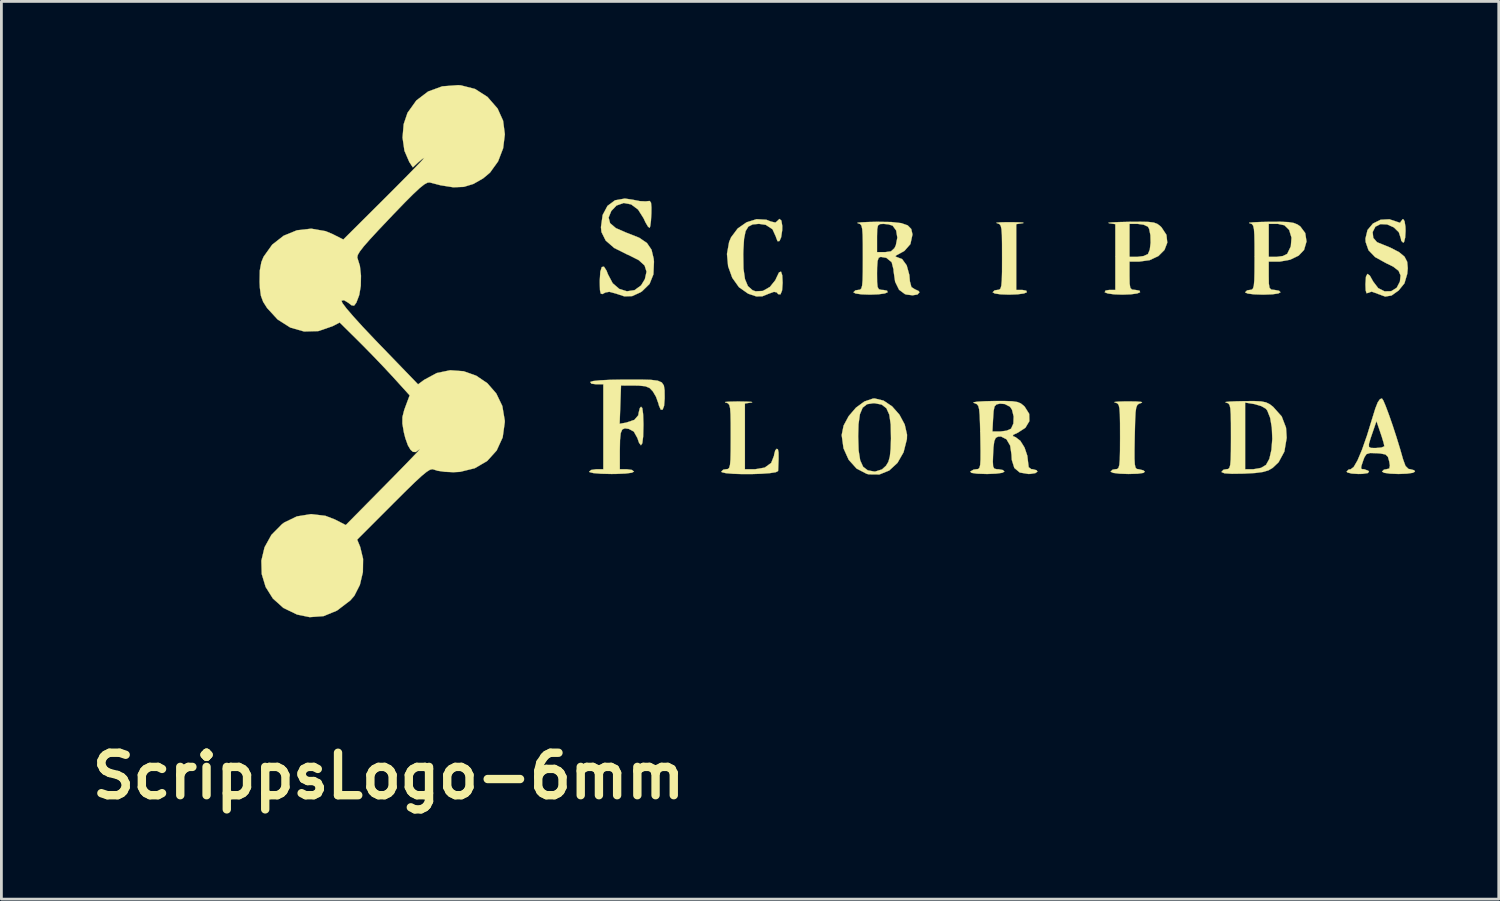
<source format=kicad_pcb>
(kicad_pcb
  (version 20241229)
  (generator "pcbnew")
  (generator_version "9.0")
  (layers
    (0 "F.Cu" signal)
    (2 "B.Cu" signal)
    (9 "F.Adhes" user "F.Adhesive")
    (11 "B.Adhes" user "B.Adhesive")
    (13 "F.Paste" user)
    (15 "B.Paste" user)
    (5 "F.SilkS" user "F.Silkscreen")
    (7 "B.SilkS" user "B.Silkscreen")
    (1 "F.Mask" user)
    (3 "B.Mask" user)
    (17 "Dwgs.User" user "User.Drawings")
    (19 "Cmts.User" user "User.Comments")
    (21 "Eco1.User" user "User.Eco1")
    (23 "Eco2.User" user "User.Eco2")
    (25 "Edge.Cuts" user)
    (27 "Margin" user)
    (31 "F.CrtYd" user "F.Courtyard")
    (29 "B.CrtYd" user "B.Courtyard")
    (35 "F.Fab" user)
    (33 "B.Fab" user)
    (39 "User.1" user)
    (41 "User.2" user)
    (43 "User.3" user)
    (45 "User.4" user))
  (footprint "ScrippsLogo-6mm"
    (layer "F.Cu")
    (at 27.403 9.554)
    (property "Reference" "ScrippsLogo-6mm" (at -16.51 15.24 0) (layer "F.SilkS") (effects (font (size 1.524 1.524) (thickness 0.3))))
    (attr through_hole)
    (fp_poly (pts (xy 6.079 -4.628) (xy 6.246 -4.618) (xy 6.276 -4.603) (xy 6.244 -4.596) (xy 6.011 -4.561) (xy 6.011 -2.201) (xy 6.228 -2.201) (xy 6.372 -2.174) (xy 6.392 -2.117) (xy 6.287 -2.074) (xy 6.061 -2.044) (xy 5.762 -2.032) (xy 5.752 -2.032) (xy 5.45 -2.043) (xy 5.242 -2.073) (xy 5.165 -2.117) (xy 5.236 -2.185) (xy 5.334 -2.201) (xy 5.401 -2.21) (xy 5.448 -2.254) (xy 5.477 -2.359) (xy 5.494 -2.551) (xy 5.502 -2.857) (xy 5.503 -3.302) (xy 5.503 -3.381) (xy 5.502 -3.848) (xy 5.497 -4.173) (xy 5.482 -4.383) (xy 5.454 -4.505) (xy 5.408 -4.565) (xy 5.341 -4.591) (xy 5.313 -4.597) (xy 5.3 -4.613) (xy 5.431 -4.626) (xy 5.678 -4.632) (xy 5.8 -4.632) (xy 6.079 -4.628)) (stroke (width 0.01) (type solid)) (fill yes) (layer "F.SilkS"))
    (fp_poly (pts (xy -3.658 1.807) (xy -3.491 1.817) (xy -3.46 1.832) (xy -3.493 1.839) (xy -3.725 1.874) (xy -3.725 4.233) (xy -3.357 4.233) (xy -3.014 4.174) (xy -2.782 4.007) (xy -2.679 3.745) (xy -2.677 3.713) (xy -2.635 3.554) (xy -2.582 3.499) (xy -2.54 3.52) (xy -2.518 3.633) (xy -2.516 3.863) (xy -2.531 4.234) (xy -2.534 4.297) (xy -2.614 4.339) (xy -2.823 4.372) (xy -3.12 4.394) (xy -3.467 4.406) (xy -3.823 4.407) (xy -4.149 4.396) (xy -4.406 4.374) (xy -4.552 4.34) (xy -4.572 4.318) (xy -4.501 4.249) (xy -4.403 4.233) (xy -4.336 4.225) (xy -4.289 4.181) (xy -4.259 4.076) (xy -4.242 3.883) (xy -4.235 3.578) (xy -4.233 3.133) (xy -4.233 3.054) (xy -4.234 2.586) (xy -4.24 2.261) (xy -4.255 2.051) (xy -4.283 1.93) (xy -4.329 1.87) (xy -4.396 1.843) (xy -4.424 1.838) (xy -4.436 1.821) (xy -4.306 1.809) (xy -4.059 1.803) (xy -3.937 1.802) (xy -3.658 1.807)) (stroke (width 0.01) (type solid)) (fill yes) (layer "F.SilkS"))
    (fp_poly (pts (xy 10.329 1.803) (xy 10.5 1.818) (xy 10.527 1.843) (xy 10.499 1.854) (xy 10.414 1.882) (xy 10.355 1.929) (xy 10.316 2.025) (xy 10.292 2.195) (xy 10.278 2.468) (xy 10.268 2.872) (xy 10.263 3.073) (xy 10.255 3.536) (xy 10.255 3.856) (xy 10.266 4.06) (xy 10.291 4.173) (xy 10.335 4.222) (xy 10.399 4.233) (xy 10.407 4.233) (xy 10.57 4.272) (xy 10.626 4.318) (xy 10.577 4.364) (xy 10.373 4.393) (xy 10.038 4.403) (xy 9.716 4.392) (xy 9.492 4.364) (xy 9.399 4.322) (xy 9.398 4.318) (xy 9.469 4.249) (xy 9.567 4.233) (xy 9.634 4.225) (xy 9.681 4.181) (xy 9.711 4.076) (xy 9.728 3.883) (xy 9.735 3.578) (xy 9.737 3.133) (xy 9.737 3.054) (xy 9.736 2.586) (xy 9.73 2.261) (xy 9.715 2.051) (xy 9.687 1.93) (xy 9.641 1.87) (xy 9.574 1.843) (xy 9.546 1.838) (xy 9.534 1.821) (xy 9.664 1.807) (xy 9.911 1.799) (xy 10.033 1.798) (xy 10.329 1.803)) (stroke (width 0.01) (type solid)) (fill yes) (layer "F.SilkS"))
    (fp_poly (pts (xy 1.252 1.771) (xy 1.559 1.979) (xy 1.822 2.278) (xy 2.01 2.629) (xy 2.093 2.995) (xy 2.088 3.151) (xy 1.968 3.624) (xy 1.749 4.006) (xy 1.454 4.278) (xy 1.103 4.42) (xy 0.718 4.416) (xy 0.644 4.397) (xy 0.283 4.209) (xy -0.001 3.893) (xy -0.186 3.483) (xy -0.246 3.051) (xy 0.339 3.051) (xy 0.355 3.555) (xy 0.412 3.913) (xy 0.518 4.146) (xy 0.685 4.273) (xy 0.92 4.316) (xy 0.946 4.317) (xy 1.195 4.239) (xy 1.339 4.107) (xy 1.423 3.967) (xy 1.476 3.778) (xy 1.505 3.5) (xy 1.517 3.133) (xy 1.508 2.631) (xy 1.457 2.275) (xy 1.352 2.043) (xy 1.183 1.913) (xy 0.939 1.866) (xy 0.878 1.864) (xy 0.656 1.9) (xy 0.5 2.025) (xy 0.402 2.259) (xy 0.351 2.622) (xy 0.339 3.051) (xy -0.246 3.051) (xy -0.252 3.01) (xy -0.252 3.006) (xy -0.183 2.666) (xy 0.000148 2.326) (xy 0.26 2.024) (xy 0.563 1.802) (xy 0.871 1.697) (xy 0.931 1.693) (xy 1.252 1.771)) (stroke (width 0.01) (type solid)) (fill yes) (layer "F.SilkS"))
    (fp_poly (pts (xy -2.416 -4.69) (xy -2.384 -4.498) (xy -2.387 -4.339) (xy -2.424 -4.092) (xy -2.484 -3.955) (xy -2.552 -3.948) (xy -2.608 -4.089) (xy -2.611 -4.106) (xy -2.735 -4.379) (xy -2.978 -4.537) (xy -3.22 -4.572) (xy -3.446 -4.552) (xy -3.601 -4.473) (xy -3.7 -4.311) (xy -3.755 -4.038) (xy -3.78 -3.63) (xy -3.784 -3.487) (xy -3.776 -2.966) (xy -3.722 -2.589) (xy -3.617 -2.338) (xy -3.453 -2.192) (xy -3.342 -2.151) (xy -3.081 -2.165) (xy -2.827 -2.309) (xy -2.634 -2.549) (xy -2.595 -2.634) (xy -2.501 -2.829) (xy -2.429 -2.858) (xy -2.385 -2.725) (xy -2.371 -2.455) (xy -2.391 -2.181) (xy -2.448 -2.042) (xy -2.532 -2.05) (xy -2.579 -2.111) (xy -2.681 -2.133) (xy -2.859 -2.069) (xy -3.099 -1.972) (xy -3.317 -1.969) (xy -3.591 -2.061) (xy -3.614 -2.071) (xy -3.937 -2.298) (xy -4.179 -2.638) (xy -4.327 -3.05) (xy -4.368 -3.492) (xy -4.291 -3.922) (xy -4.221 -4.088) (xy -3.983 -4.406) (xy -3.664 -4.628) (xy -3.307 -4.739) (xy -2.954 -4.719) (xy -2.794 -4.656) (xy -2.633 -4.618) (xy -2.582 -4.656) (xy -2.485 -4.749) (xy -2.416 -4.69)) (stroke (width 0.01) (type solid)) (fill yes) (layer "F.SilkS"))
    (fp_poly (pts (xy 10.76 -4.641) (xy 10.946 -4.618) (xy 11.071 -4.572) (xy 11.17 -4.499) (xy 11.222 -4.449) (xy 11.401 -4.177) (xy 11.431 -3.897) (xy 11.33 -3.635) (xy 11.113 -3.417) (xy 10.798 -3.269) (xy 10.418 -3.217) (xy 10.075 -3.217) (xy 10.075 -2.709) (xy 10.08 -2.428) (xy 10.104 -2.276) (xy 10.165 -2.214) (xy 10.28 -2.201) (xy 10.292 -2.201) (xy 10.436 -2.174) (xy 10.456 -2.117) (xy 10.351 -2.074) (xy 10.125 -2.044) (xy 9.827 -2.032) (xy 9.821 -2.032) (xy 9.522 -2.043) (xy 9.295 -2.074) (xy 9.187 -2.116) (xy 9.186 -2.117) (xy 9.216 -2.179) (xy 9.351 -2.201) (xy 9.567 -2.201) (xy 9.567 -4.561) (xy 9.493 -4.572) (xy 10.075 -4.572) (xy 10.075 -3.387) (xy 10.355 -3.387) (xy 10.579 -3.416) (xy 10.733 -3.486) (xy 10.736 -3.488) (xy 10.803 -3.645) (xy 10.833 -3.894) (xy 10.826 -4.166) (xy 10.781 -4.389) (xy 10.736 -4.47) (xy 10.585 -4.541) (xy 10.361 -4.572) (xy 10.355 -4.572) (xy 10.075 -4.572) (xy 9.493 -4.572) (xy 9.335 -4.596) (xy 9.319 -4.611) (xy 9.45 -4.625) (xy 9.703 -4.636) (xy 10.054 -4.644) (xy 10.058 -4.644) (xy 10.476 -4.647) (xy 10.76 -4.641)) (stroke (width 0.01) (type solid)) (fill yes) (layer "F.SilkS"))
    (fp_poly (pts (xy 14.798 1.799) (xy 14.973 1.834) (xy 15.105 1.898) (xy 15.229 1.994) (xy 15.537 2.339) (xy 15.692 2.743) (xy 15.715 3.107) (xy 15.632 3.6) (xy 15.425 3.982) (xy 15.213 4.183) (xy 15.06 4.273) (xy 14.864 4.331) (xy 14.583 4.368) (xy 14.176 4.39) (xy 13.749 4.396) (xy 13.485 4.379) (xy 13.38 4.336) (xy 13.377 4.326) (xy 13.448 4.251) (xy 13.547 4.233) (xy 14.224 4.233) (xy 14.52 4.233) (xy 14.798 4.183) (xy 14.974 4.076) (xy 15.094 3.86) (xy 15.169 3.533) (xy 15.199 3.144) (xy 15.183 2.746) (xy 15.123 2.39) (xy 15.018 2.126) (xy 14.969 2.063) (xy 14.806 1.968) (xy 14.568 1.897) (xy 14.536 1.891) (xy 14.224 1.841) (xy 14.224 4.233) (xy 13.547 4.233) (xy 13.614 4.225) (xy 13.66 4.181) (xy 13.69 4.076) (xy 13.707 3.883) (xy 13.714 3.578) (xy 13.716 3.133) (xy 13.716 3.054) (xy 13.715 2.586) (xy 13.709 2.261) (xy 13.694 2.051) (xy 13.666 1.93) (xy 13.621 1.87) (xy 13.553 1.843) (xy 13.525 1.838) (xy 13.521 1.821) (xy 13.66 1.806) (xy 13.916 1.795) (xy 14.154 1.79) (xy 14.539 1.787) (xy 14.798 1.799)) (stroke (width 0.01) (type solid)) (fill yes) (layer "F.SilkS"))
    (fp_poly (pts (xy 19.945 -4.665) (xy 19.976 -4.47) (xy 19.981 -4.318) (xy 19.966 -4.077) (xy 19.927 -3.923) (xy 19.897 -3.895) (xy 19.826 -3.965) (xy 19.812 -4.048) (xy 19.74 -4.269) (xy 19.56 -4.445) (xy 19.322 -4.551) (xy 19.08 -4.563) (xy 18.898 -4.47) (xy 18.8 -4.278) (xy 18.822 -4.07) (xy 18.953 -3.918) (xy 18.986 -3.902) (xy 19.439 -3.717) (xy 19.751 -3.555) (xy 19.944 -3.394) (xy 20.039 -3.21) (xy 20.06 -2.98) (xy 20.041 -2.778) (xy 19.941 -2.438) (xy 19.731 -2.18) (xy 19.479 -2.001) (xy 19.251 -1.963) (xy 18.989 -2.058) (xy 18.966 -2.07) (xy 18.762 -2.14) (xy 18.648 -2.099) (xy 18.582 -2.081) (xy 18.55 -2.185) (xy 18.542 -2.403) (xy 18.559 -2.672) (xy 18.611 -2.777) (xy 18.699 -2.716) (xy 18.82 -2.5) (xy 19 -2.265) (xy 19.229 -2.15) (xy 19.465 -2.155) (xy 19.664 -2.279) (xy 19.778 -2.5) (xy 19.802 -2.719) (xy 19.731 -2.887) (xy 19.539 -3.036) (xy 19.276 -3.165) (xy 18.888 -3.38) (xy 18.652 -3.625) (xy 18.549 -3.92) (xy 18.542 -4.044) (xy 18.616 -4.351) (xy 18.811 -4.583) (xy 19.086 -4.719) (xy 19.401 -4.736) (xy 19.648 -4.654) (xy 19.783 -4.609) (xy 19.812 -4.654) (xy 19.875 -4.738) (xy 19.897 -4.741) (xy 19.945 -4.665)) (stroke (width 0.01) (type solid)) (fill yes) (layer "F.SilkS"))
    (fp_poly (pts (xy 15.777 -4.635) (xy 15.967 -4.604) (xy 16.103 -4.549) (xy 16.202 -4.481) (xy 16.381 -4.242) (xy 16.427 -3.939) (xy 16.338 -3.636) (xy 16.144 -3.432) (xy 15.838 -3.285) (xy 15.475 -3.219) (xy 15.414 -3.217) (xy 15.071 -3.217) (xy 15.071 -2.709) (xy 15.075 -2.428) (xy 15.1 -2.276) (xy 15.161 -2.214) (xy 15.275 -2.201) (xy 15.282 -2.201) (xy 15.441 -2.172) (xy 15.494 -2.117) (xy 15.415 -2.074) (xy 15.202 -2.044) (xy 14.889 -2.032) (xy 14.859 -2.032) (xy 14.539 -2.043) (xy 14.316 -2.071) (xy 14.225 -2.113) (xy 14.224 -2.117) (xy 14.295 -2.185) (xy 14.393 -2.201) (xy 14.46 -2.21) (xy 14.507 -2.254) (xy 14.537 -2.359) (xy 14.554 -2.551) (xy 14.561 -2.857) (xy 14.563 -3.302) (xy 14.563 -3.381) (xy 14.562 -3.848) (xy 14.556 -4.173) (xy 14.541 -4.383) (xy 14.513 -4.505) (xy 14.467 -4.565) (xy 14.45 -4.572) (xy 15.071 -4.572) (xy 15.071 -3.387) (xy 15.357 -3.387) (xy 15.58 -3.418) (xy 15.732 -3.495) (xy 15.737 -3.501) (xy 15.864 -3.764) (xy 15.889 -4.075) (xy 15.806 -4.348) (xy 15.799 -4.359) (xy 15.635 -4.521) (xy 15.396 -4.572) (xy 15.365 -4.572) (xy 15.071 -4.572) (xy 14.45 -4.572) (xy 14.4 -4.591) (xy 14.372 -4.597) (xy 14.371 -4.613) (xy 14.514 -4.627) (xy 14.776 -4.639) (xy 15.08 -4.645) (xy 15.494 -4.647) (xy 15.777 -4.635)) (stroke (width 0.01) (type solid)) (fill yes) (layer "F.SilkS"))
    (fp_poly (pts (xy -7.751 -5.438) (xy -7.491 -5.387) (xy -7.276 -5.378) (xy -7.232 -5.385) (xy -7.14 -5.393) (xy -7.093 -5.329) (xy -7.079 -5.159) (xy -7.081 -4.953) (xy -7.096 -4.684) (xy -7.121 -4.491) (xy -7.142 -4.429) (xy -7.2 -4.47) (xy -7.294 -4.629) (xy -7.361 -4.773) (xy -7.558 -5.085) (xy -7.806 -5.27) (xy -8.074 -5.321) (xy -8.331 -5.23) (xy -8.52 -5.033) (xy -8.615 -4.798) (xy -8.562 -4.596) (xy -8.355 -4.419) (xy -7.985 -4.257) (xy -7.934 -4.239) (xy -7.516 -4.073) (xy -7.239 -3.884) (xy -7.075 -3.644) (xy -6.998 -3.321) (xy -6.988 -3.211) (xy -7.008 -2.76) (xy -7.146 -2.416) (xy -7.414 -2.153) (xy -7.476 -2.113) (xy -7.771 -1.979) (xy -8.05 -1.97) (xy -8.349 -2.069) (xy -8.589 -2.134) (xy -8.73 -2.109) (xy -8.838 -2.052) (xy -8.898 -2.071) (xy -8.925 -2.196) (xy -8.932 -2.454) (xy -8.932 -2.54) (xy -8.913 -2.854) (xy -8.86 -3.022) (xy -8.782 -3.036) (xy -8.688 -2.891) (xy -8.639 -2.762) (xy -8.469 -2.441) (xy -8.23 -2.236) (xy -7.957 -2.152) (xy -7.685 -2.193) (xy -7.45 -2.363) (xy -7.314 -2.588) (xy -7.254 -2.855) (xy -7.323 -3.076) (xy -7.533 -3.269) (xy -7.898 -3.453) (xy -7.95 -3.474) (xy -8.415 -3.707) (xy -8.72 -3.973) (xy -8.871 -4.277) (xy -8.89 -4.452) (xy -8.829 -4.89) (xy -8.656 -5.216) (xy -8.385 -5.417) (xy -8.032 -5.48) (xy -7.751 -5.438)) (stroke (width 0.01) (type solid)) (fill yes) (layer "F.SilkS"))
    (fp_poly (pts (xy -7.455 1.016) (xy -7.093 1.026) (xy -6.851 1.056) (xy -6.706 1.12) (xy -6.632 1.23) (xy -6.607 1.397) (xy -6.604 1.635) (xy -6.604 1.7) (xy -6.625 1.96) (xy -6.678 2.096) (xy -6.745 2.094) (xy -6.811 1.942) (xy -6.825 1.881) (xy -6.914 1.633) (xy -7.028 1.439) (xy -7.143 1.319) (xy -7.294 1.256) (xy -7.535 1.232) (xy -7.677 1.23) (xy -8.17 1.228) (xy -8.219 2.602) (xy -7.983 2.56) (xy -7.692 2.462) (xy -7.551 2.298) (xy -7.535 2.196) (xy -7.494 2.038) (xy -7.451 1.99) (xy -7.406 2.04) (xy -7.378 2.248) (xy -7.366 2.601) (xy -7.366 2.662) (xy -7.376 3.062) (xy -7.406 3.3) (xy -7.455 3.374) (xy -7.523 3.284) (xy -7.581 3.116) (xy -7.71 2.883) (xy -7.889 2.786) (xy -8.033 2.765) (xy -8.126 2.807) (xy -8.181 2.939) (xy -8.206 3.187) (xy -8.213 3.576) (xy -8.213 3.605) (xy -8.213 4.233) (xy -7.959 4.233) (xy -7.78 4.258) (xy -7.705 4.317) (xy -7.705 4.318) (xy -7.785 4.358) (xy -8.008 4.387) (xy -8.349 4.401) (xy -8.509 4.403) (xy -8.888 4.394) (xy -9.161 4.371) (xy -9.301 4.335) (xy -9.313 4.318) (xy -9.24 4.259) (xy -9.062 4.233) (xy -9.059 4.233) (xy -8.805 4.233) (xy -8.805 1.185) (xy -9.064 1.185) (xy -9.234 1.162) (xy -9.273 1.104) (xy -9.271 1.101) (xy -9.168 1.068) (xy -8.919 1.042) (xy -8.546 1.024) (xy -8.073 1.016) (xy -7.963 1.016) (xy -7.455 1.016)) (stroke (width 0.01) (type solid)) (fill yes) (layer "F.SilkS"))
    (fp_poly (pts (xy 19.184 1.769) (xy 19.272 1.977) (xy 19.387 2.285) (xy 19.518 2.662) (xy 19.654 3.078) (xy 19.784 3.502) (xy 19.89 3.873) (xy 19.979 4.116) (xy 20.087 4.222) (xy 20.154 4.233) (xy 20.29 4.269) (xy 20.32 4.318) (xy 20.242 4.361) (xy 20.032 4.391) (xy 19.728 4.403) (xy 19.727 4.403) (xy 19.423 4.391) (xy 19.213 4.361) (xy 19.135 4.318) (xy 19.135 4.318) (xy 19.205 4.248) (xy 19.293 4.233) (xy 19.397 4.207) (xy 19.419 4.099) (xy 19.396 3.958) (xy 19.348 3.788) (xy 19.259 3.703) (xy 19.076 3.667) (xy 18.951 3.658) (xy 18.709 3.651) (xy 18.579 3.69) (xy 18.504 3.805) (xy 18.467 3.903) (xy 18.397 4.112) (xy 18.384 4.207) (xy 18.433 4.232) (xy 18.495 4.233) (xy 18.639 4.285) (xy 18.669 4.318) (xy 18.627 4.37) (xy 18.438 4.399) (xy 18.293 4.403) (xy 18.05 4.388) (xy 17.895 4.349) (xy 17.865 4.318) (xy 17.935 4.246) (xy 18.013 4.233) (xy 18.12 4.152) (xy 18.257 3.916) (xy 18.417 3.536) (xy 18.491 3.326) (xy 18.666 3.326) (xy 18.668 3.429) (xy 18.734 3.467) (xy 18.866 3.472) (xy 18.917 3.471) (xy 19.115 3.454) (xy 19.216 3.412) (xy 19.219 3.402) (xy 19.194 3.287) (xy 19.129 3.071) (xy 19.078 2.919) (xy 18.937 2.505) (xy 18.837 2.798) (xy 18.724 3.127) (xy 18.666 3.326) (xy 18.491 3.326) (xy 18.597 3.023) (xy 18.786 2.408) (xy 18.897 2.049) (xy 18.985 1.828) (xy 19.063 1.719) (xy 19.133 1.693) (xy 19.184 1.769)) (stroke (width 0.01) (type solid)) (fill yes) (layer "F.SilkS"))
    (fp_poly (pts (xy 1.524 -4.638) (xy 1.884 -4.598) (xy 2.117 -4.517) (xy 2.244 -4.387) (xy 2.286 -4.202) (xy 2.286 -4.181) (xy 2.214 -3.846) (xy 1.998 -3.6) (xy 1.835 -3.51) (xy 1.694 -3.434) (xy 1.681 -3.393) (xy 1.701 -3.39) (xy 1.918 -3.306) (xy 2.081 -3.081) (xy 2.176 -2.737) (xy 2.195 -2.511) (xy 2.25 -2.304) (xy 2.371 -2.226) (xy 2.508 -2.163) (xy 2.54 -2.117) (xy 2.468 -2.037) (xy 2.291 -2.008) (xy 2.068 -2.036) (xy 2.017 -2.051) (xy 1.807 -2.207) (xy 1.666 -2.493) (xy 1.609 -2.883) (xy 1.609 -2.931) (xy 1.541 -3.197) (xy 1.349 -3.353) (xy 1.149 -3.387) (xy 1.077 -3.356) (xy 1.036 -3.242) (xy 1.019 -3.012) (xy 1.016 -2.794) (xy 1.019 -2.484) (xy 1.037 -2.307) (xy 1.083 -2.226) (xy 1.172 -2.202) (xy 1.233 -2.201) (xy 1.377 -2.174) (xy 1.397 -2.117) (xy 1.292 -2.074) (xy 1.066 -2.044) (xy 0.767 -2.032) (xy 0.757 -2.032) (xy 0.455 -2.043) (xy 0.246 -2.073) (xy 0.169 -2.117) (xy 0.24 -2.185) (xy 0.339 -2.201) (xy 0.406 -2.21) (xy 0.452 -2.254) (xy 0.482 -2.359) (xy 0.499 -2.551) (xy 0.506 -2.857) (xy 0.508 -3.302) (xy 0.508 -3.381) (xy 0.507 -3.848) (xy 0.503 -4.064) (xy 1.016 -4.064) (xy 1.016 -3.556) (xy 1.302 -3.556) (xy 1.517 -3.585) (xy 1.642 -3.701) (xy 1.691 -3.804) (xy 1.745 -4.076) (xy 1.703 -4.334) (xy 1.576 -4.507) (xy 1.425 -4.554) (xy 1.249 -4.571) (xy 1.12 -4.563) (xy 1.05 -4.512) (xy 1.022 -4.377) (xy 1.016 -4.119) (xy 1.016 -4.064) (xy 0.503 -4.064) (xy 0.501 -4.173) (xy 0.486 -4.383) (xy 0.458 -4.505) (xy 0.413 -4.565) (xy 0.345 -4.591) (xy 0.318 -4.597) (xy 0.316 -4.613) (xy 0.459 -4.627) (xy 0.72 -4.639) (xy 1.018 -4.645) (xy 1.524 -4.638)) (stroke (width 0.01) (type solid)) (fill yes) (layer "F.SilkS"))
    (fp_poly (pts (xy 5.872 1.794) (xy 6.053 1.821) (xy 6.175 1.871) (xy 6.277 1.952) (xy 6.314 1.988) (xy 6.476 2.245) (xy 6.482 2.508) (xy 6.339 2.746) (xy 6.072 2.919) (xy 5.908 2.996) (xy 5.888 3.042) (xy 5.989 3.083) (xy 6.159 3.213) (xy 6.309 3.454) (xy 6.409 3.75) (xy 6.435 3.971) (xy 6.459 4.161) (xy 6.553 4.23) (xy 6.604 4.233) (xy 6.742 4.269) (xy 6.773 4.318) (xy 6.698 4.372) (xy 6.512 4.401) (xy 6.448 4.403) (xy 6.138 4.351) (xy 5.943 4.187) (xy 5.852 3.898) (xy 5.842 3.711) (xy 5.794 3.386) (xy 5.662 3.159) (xy 5.467 3.059) (xy 5.361 3.063) (xy 5.276 3.107) (xy 5.224 3.223) (xy 5.194 3.449) (xy 5.182 3.663) (xy 5.172 3.965) (xy 5.182 4.136) (xy 5.226 4.212) (xy 5.317 4.233) (xy 5.372 4.233) (xy 5.533 4.262) (xy 5.588 4.318) (xy 5.509 4.361) (xy 5.295 4.39) (xy 4.981 4.403) (xy 4.948 4.403) (xy 4.606 4.392) (xy 4.406 4.363) (xy 4.36 4.318) (xy 4.48 4.247) (xy 4.579 4.233) (xy 4.646 4.225) (xy 4.691 4.181) (xy 4.718 4.076) (xy 4.73 3.883) (xy 4.731 3.576) (xy 4.724 3.129) (xy 4.723 3.073) (xy 4.718 2.879) (xy 5.156 2.879) (xy 5.44 2.879) (xy 5.665 2.85) (xy 5.821 2.781) (xy 5.825 2.777) (xy 5.909 2.594) (xy 5.919 2.341) (xy 5.86 2.1) (xy 5.789 1.991) (xy 5.601 1.894) (xy 5.429 1.879) (xy 5.303 1.907) (xy 5.233 1.981) (xy 5.199 2.145) (xy 5.182 2.392) (xy 5.156 2.879) (xy 4.718 2.879) (xy 4.712 2.61) (xy 4.7 2.289) (xy 4.68 2.081) (xy 4.648 1.96) (xy 4.598 1.897) (xy 4.524 1.864) (xy 4.487 1.854) (xy 4.479 1.83) (xy 4.615 1.809) (xy 4.871 1.794) (xy 5.19 1.786) (xy 5.597 1.785) (xy 5.872 1.794)) (stroke (width 0.01) (type solid)) (fill yes) (layer "F.SilkS"))
    (fp_poly (pts (xy -13.918 -9.542) (xy -13.408 -9.412) (xy -12.962 -9.127) (xy -12.599 -8.71) (xy -12.401 -8.272) (xy -12.338 -7.784) (xy -12.4 -7.284) (xy -12.581 -6.813) (xy -12.871 -6.41) (xy -13.118 -6.203) (xy -13.467 -6.004) (xy -13.81 -5.899) (xy -14.189 -5.884) (xy -14.645 -5.956) (xy -15.031 -6.057) (xy -15.111 -6.051) (xy -15.227 -5.989) (xy -15.394 -5.856) (xy -15.626 -5.639) (xy -15.939 -5.326) (xy -16.347 -4.903) (xy -16.453 -4.791) (xy -16.872 -4.349) (xy -17.184 -4.011) (xy -17.403 -3.761) (xy -17.542 -3.581) (xy -17.615 -3.456) (xy -17.633 -3.369) (xy -17.618 -3.315) (xy -17.539 -3.06) (xy -17.501 -2.712) (xy -17.508 -2.345) (xy -17.561 -2.029) (xy -17.573 -1.991) (xy -17.668 -1.742) (xy -17.749 -1.636) (xy -17.845 -1.652) (xy -17.951 -1.737) (xy -18.11 -1.833) (xy -18.2 -1.814) (xy -18.167 -1.73) (xy -18.023 -1.538) (xy -17.776 -1.251) (xy -17.437 -0.877) (xy -17.014 -0.43) (xy -16.864 -0.274) (xy -15.452 1.187) (xy -15.24 1.029) (xy -14.78 0.78) (xy -14.297 0.681) (xy -13.817 0.717) (xy -13.365 0.877) (xy -12.966 1.147) (xy -12.646 1.514) (xy -12.429 1.964) (xy -12.341 2.485) (xy -12.34 2.54) (xy -12.416 3.09) (xy -12.632 3.561) (xy -12.97 3.935) (xy -13.415 4.196) (xy -13.948 4.327) (xy -14.185 4.339) (xy -14.492 4.325) (xy -14.75 4.288) (xy -14.872 4.249) (xy -14.939 4.231) (xy -15.026 4.252) (xy -15.147 4.328) (xy -15.32 4.47) (xy -15.561 4.692) (xy -15.887 5.009) (xy -16.313 5.433) (xy -16.339 5.459) (xy -17.637 6.759) (xy -17.529 7.02) (xy -17.425 7.451) (xy -17.432 7.924) (xy -17.54 8.382) (xy -17.739 8.774) (xy -17.884 8.941) (xy -18.362 9.305) (xy -18.842 9.503) (xy -19.34 9.54) (xy -19.793 9.447) (xy -20.284 9.21) (xy -20.661 8.872) (xy -20.921 8.458) (xy -21.061 7.996) (xy -21.075 7.513) (xy -20.961 7.035) (xy -20.715 6.589) (xy -20.333 6.203) (xy -20.255 6.145) (xy -19.799 5.925) (xy -19.291 5.843) (xy -18.778 5.904) (xy -18.442 6.033) (xy -18.046 6.236) (xy -16.622 4.794) (xy -16.237 4.403) (xy -15.907 4.065) (xy -15.646 3.794) (xy -15.466 3.605) (xy -15.382 3.511) (xy -15.391 3.512) (xy -15.537 3.616) (xy -15.636 3.609) (xy -15.723 3.533) (xy -15.816 3.376) (xy -15.909 3.117) (xy -15.963 2.903) (xy -16.015 2.593) (xy -16.013 2.36) (xy -15.952 2.118) (xy -15.909 1.997) (xy -15.754 1.582) (xy -16.337 0.939) (xy -16.666 0.585) (xy -17.053 0.18) (xy -17.435 -0.21) (xy -17.593 -0.368) (xy -18.265 -1.032) (xy -18.522 -0.899) (xy -19.03 -0.724) (xy -19.542 -0.71) (xy -20.037 -0.851) (xy -20.491 -1.14) (xy -20.87 -1.552) (xy -21.011 -1.775) (xy -21.091 -1.992) (xy -21.128 -2.271) (xy -21.138 -2.489) (xy -21.131 -2.897) (xy -21.074 -3.201) (xy -20.996 -3.39) (xy -20.685 -3.826) (xy -20.275 -4.146) (xy -19.798 -4.341) (xy -19.286 -4.399) (xy -18.771 -4.31) (xy -18.522 -4.206) (xy -18.134 -4.01) (xy -16.661 -5.476) (xy -16.257 -5.88) (xy -15.899 -6.241) (xy -15.602 -6.544) (xy -15.382 -6.772) (xy -15.255 -6.909) (xy -15.23 -6.943) (xy -15.314 -6.891) (xy -15.455 -6.77) (xy -15.639 -6.597) (xy -15.767 -6.792) (xy -15.941 -7.194) (xy -16.009 -7.667) (xy -15.968 -8.15) (xy -15.83 -8.557) (xy -15.514 -8.999) (xy -15.093 -9.32) (xy -14.585 -9.506) (xy -14.013 -9.549) (xy -13.918 -9.542)) (stroke (width 0.01) (type solid)) (fill yes) (layer "F.SilkS")))
  (gr_rect
    (start -3 -3)
    (end 50.728 29.212)
    (stroke (width 0.1) (type default))
    (fill no)
    (layer "Edge.Cuts")))
</source>
